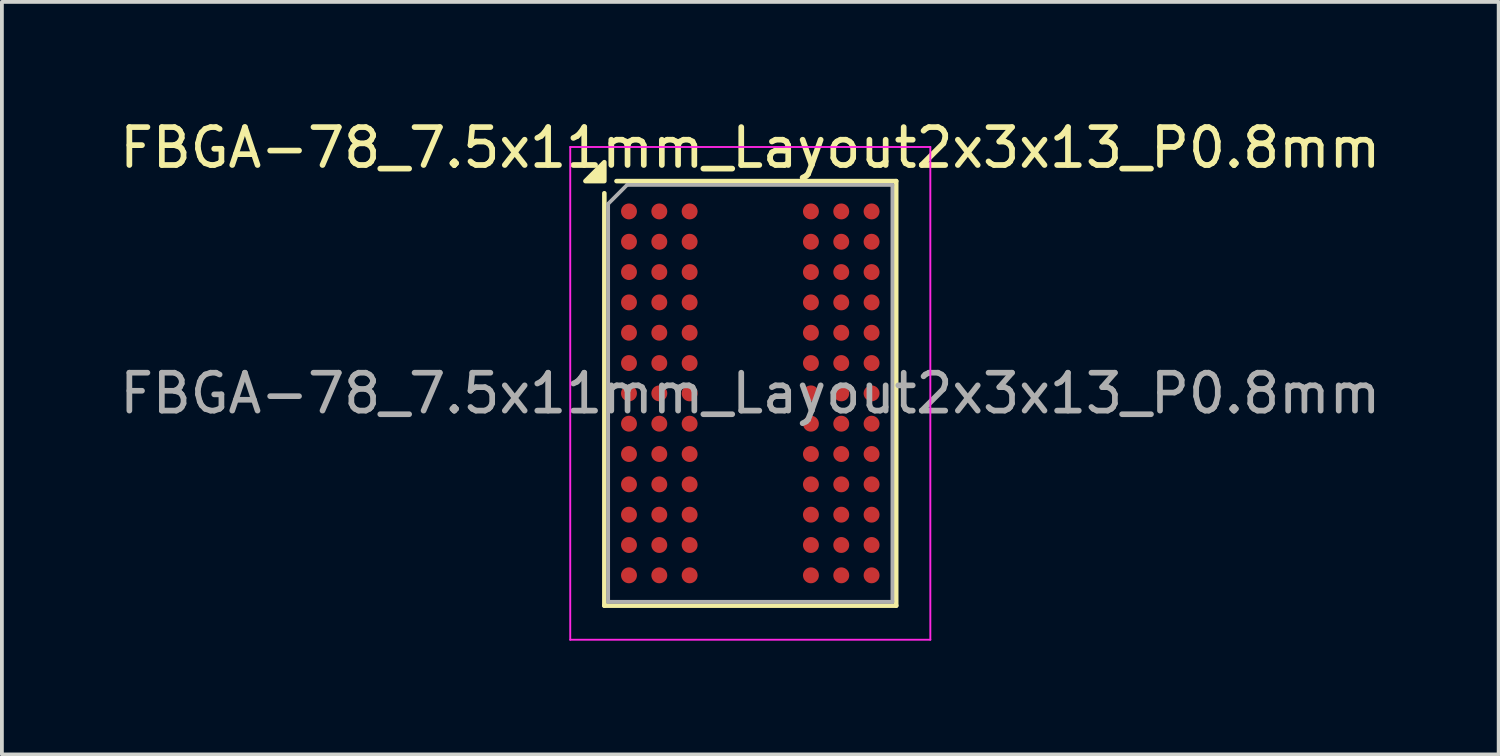
<source format=kicad_pcb>
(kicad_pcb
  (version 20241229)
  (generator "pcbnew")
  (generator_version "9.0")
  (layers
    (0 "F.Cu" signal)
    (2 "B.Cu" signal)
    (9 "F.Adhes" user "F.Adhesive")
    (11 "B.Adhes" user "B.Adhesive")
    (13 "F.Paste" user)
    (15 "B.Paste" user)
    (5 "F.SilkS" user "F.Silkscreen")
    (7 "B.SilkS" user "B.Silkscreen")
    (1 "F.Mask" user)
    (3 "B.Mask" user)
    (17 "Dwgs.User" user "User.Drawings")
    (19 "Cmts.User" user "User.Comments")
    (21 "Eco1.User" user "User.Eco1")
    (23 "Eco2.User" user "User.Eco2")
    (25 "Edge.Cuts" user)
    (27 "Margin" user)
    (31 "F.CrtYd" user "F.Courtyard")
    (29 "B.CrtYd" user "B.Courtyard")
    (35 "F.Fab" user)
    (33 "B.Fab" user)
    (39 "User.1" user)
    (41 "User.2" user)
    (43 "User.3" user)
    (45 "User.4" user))
  (footprint "FBGA-78_7.5x11mm_Layout2x3x13_P0.8mm"
    (layer "F.Cu")
    (at 16.744 7.328)
    (property "Reference" "FBGA-78_7.5x11mm_Layout2x3x13_P0.8mm" (at 0 -6.48 0) (layer "F.SilkS") (effects (font (size 1 1) (thickness 0.15))))
    (attr smd)
    (fp_line (start -3.85 5.6) (end -3.85 -5.28) (stroke (width 0.12) (type solid)) (layer "F.SilkS"))
    (fp_line (start -3.53 -5.6) (end 3.85 -5.6) (stroke (width 0.12) (type solid)) (layer "F.SilkS"))
    (fp_line (start 3.85 -5.6) (end 3.85 5.6) (stroke (width 0.12) (type solid)) (layer "F.SilkS"))
    (fp_line (start 3.85 5.6) (end -3.85 5.6) (stroke (width 0.12) (type solid)) (layer "F.SilkS"))
    (fp_poly (pts (xy -3.85 -5.6) (xy -4.35 -5.6) (xy -3.85 -6.1) (xy -3.85 -5.6)) (stroke (width 0.12) (type solid)) (fill yes) (layer "F.SilkS"))
    (fp_line (start -4.75 -6.5) (end -4.75 6.5) (stroke (width 0.05) (type solid)) (layer "F.CrtYd"))
    (fp_line (start -4.75 -6.5) (end 4.75 -6.5) (stroke (width 0.05) (type solid)) (layer "F.CrtYd"))
    (fp_line (start -4.75 6.5) (end 4.75 6.5) (stroke (width 0.05) (type solid)) (layer "F.CrtYd"))
    (fp_line (start 4.75 6.5) (end 4.75 -6.5) (stroke (width 0.05) (type solid)) (layer "F.CrtYd"))
    (fp_line (start -3.75 -5) (end -3.75 5.5) (stroke (width 0.1) (type solid)) (layer "F.Fab"))
    (fp_line (start -3.75 -5) (end -3.25 -5.5) (stroke (width 0.1) (type solid)) (layer "F.Fab"))
    (fp_line (start -3.75 5.5) (end 3.75 5.5) (stroke (width 0.1) (type solid)) (layer "F.Fab"))
    (fp_line (start 3.75 -5.5) (end -3.25 -5.5) (stroke (width 0.1) (type solid)) (layer "F.Fab"))
    (fp_line (start 3.75 5.5) (end 3.75 -5.5) (stroke (width 0.1) (type solid)) (layer "F.Fab"))
    (fp_text user "${REFERENCE}" (at 0 0 0) (layer "F.Fab") (effects (font (size 1 1) (thickness 0.15))))
    (pad "A1" smd circle (at -3.2 -4.8) (size 0.42 0.42) (property pad_prop_bga) (layers "F.Cu" "F.Mask" "F.Paste"))
    (pad "A2" smd circle (at -2.4 -4.8) (size 0.42 0.42) (property pad_prop_bga) (layers "F.Cu" "F.Mask" "F.Paste"))
    (pad "A3" smd circle (at -1.6 -4.8) (size 0.42 0.42) (property pad_prop_bga) (layers "F.Cu" "F.Mask" "F.Paste"))
    (pad "A7" smd circle (at 1.6 -4.8) (size 0.42 0.42) (property pad_prop_bga) (layers "F.Cu" "F.Mask" "F.Paste"))
    (pad "A8" smd circle (at 2.4 -4.8) (size 0.42 0.42) (property pad_prop_bga) (layers "F.Cu" "F.Mask" "F.Paste"))
    (pad "A9" smd circle (at 3.2 -4.8) (size 0.42 0.42) (property pad_prop_bga) (layers "F.Cu" "F.Mask" "F.Paste"))
    (pad "B1" smd circle (at -3.2 -4) (size 0.42 0.42) (property pad_prop_bga) (layers "F.Cu" "F.Mask" "F.Paste"))
    (pad "B2" smd circle (at -2.4 -4) (size 0.42 0.42) (property pad_prop_bga) (layers "F.Cu" "F.Mask" "F.Paste"))
    (pad "B3" smd circle (at -1.6 -4) (size 0.42 0.42) (property pad_prop_bga) (layers "F.Cu" "F.Mask" "F.Paste"))
    (pad "B7" smd circle (at 1.6 -4) (size 0.42 0.42) (property pad_prop_bga) (layers "F.Cu" "F.Mask" "F.Paste"))
    (pad "B8" smd circle (at 2.4 -4) (size 0.42 0.42) (property pad_prop_bga) (layers "F.Cu" "F.Mask" "F.Paste"))
    (pad "B9" smd circle (at 3.2 -4) (size 0.42 0.42) (property pad_prop_bga) (layers "F.Cu" "F.Mask" "F.Paste"))
    (pad "C1" smd circle (at -3.2 -3.2) (size 0.42 0.42) (property pad_prop_bga) (layers "F.Cu" "F.Mask" "F.Paste"))
    (pad "C2" smd circle (at -2.4 -3.2) (size 0.42 0.42) (property pad_prop_bga) (layers "F.Cu" "F.Mask" "F.Paste"))
    (pad "C3" smd circle (at -1.6 -3.2) (size 0.42 0.42) (property pad_prop_bga) (layers "F.Cu" "F.Mask" "F.Paste"))
    (pad "C7" smd circle (at 1.6 -3.2) (size 0.42 0.42) (property pad_prop_bga) (layers "F.Cu" "F.Mask" "F.Paste"))
    (pad "C8" smd circle (at 2.4 -3.2) (size 0.42 0.42) (property pad_prop_bga) (layers "F.Cu" "F.Mask" "F.Paste"))
    (pad "C9" smd circle (at 3.2 -3.2) (size 0.42 0.42) (property pad_prop_bga) (layers "F.Cu" "F.Mask" "F.Paste"))
    (pad "D1" smd circle (at -3.2 -2.4) (size 0.42 0.42) (property pad_prop_bga) (layers "F.Cu" "F.Mask" "F.Paste"))
    (pad "D2" smd circle (at -2.4 -2.4) (size 0.42 0.42) (property pad_prop_bga) (layers "F.Cu" "F.Mask" "F.Paste"))
    (pad "D3" smd circle (at -1.6 -2.4) (size 0.42 0.42) (property pad_prop_bga) (layers "F.Cu" "F.Mask" "F.Paste"))
    (pad "D7" smd circle (at 1.6 -2.4) (size 0.42 0.42) (property pad_prop_bga) (layers "F.Cu" "F.Mask" "F.Paste"))
    (pad "D8" smd circle (at 2.4 -2.4) (size 0.42 0.42) (property pad_prop_bga) (layers "F.Cu" "F.Mask" "F.Paste"))
    (pad "D9" smd circle (at 3.2 -2.4) (size 0.42 0.42) (property pad_prop_bga) (layers "F.Cu" "F.Mask" "F.Paste"))
    (pad "E1" smd circle (at -3.2 -1.6) (size 0.42 0.42) (property pad_prop_bga) (layers "F.Cu" "F.Mask" "F.Paste"))
    (pad "E2" smd circle (at -2.4 -1.6) (size 0.42 0.42) (property pad_prop_bga) (layers "F.Cu" "F.Mask" "F.Paste"))
    (pad "E3" smd circle (at -1.6 -1.6) (size 0.42 0.42) (property pad_prop_bga) (layers "F.Cu" "F.Mask" "F.Paste"))
    (pad "E7" smd circle (at 1.6 -1.6) (size 0.42 0.42) (property pad_prop_bga) (layers "F.Cu" "F.Mask" "F.Paste"))
    (pad "E8" smd circle (at 2.4 -1.6) (size 0.42 0.42) (property pad_prop_bga) (layers "F.Cu" "F.Mask" "F.Paste"))
    (pad "E9" smd circle (at 3.2 -1.6) (size 0.42 0.42) (property pad_prop_bga) (layers "F.Cu" "F.Mask" "F.Paste"))
    (pad "F1" smd circle (at -3.2 -0.8) (size 0.42 0.42) (property pad_prop_bga) (layers "F.Cu" "F.Mask" "F.Paste"))
    (pad "F2" smd circle (at -2.4 -0.8) (size 0.42 0.42) (property pad_prop_bga) (layers "F.Cu" "F.Mask" "F.Paste"))
    (pad "F3" smd circle (at -1.6 -0.8) (size 0.42 0.42) (property pad_prop_bga) (layers "F.Cu" "F.Mask" "F.Paste"))
    (pad "F7" smd circle (at 1.6 -0.8) (size 0.42 0.42) (property pad_prop_bga) (layers "F.Cu" "F.Mask" "F.Paste"))
    (pad "F8" smd circle (at 2.4 -0.8) (size 0.42 0.42) (property pad_prop_bga) (layers "F.Cu" "F.Mask" "F.Paste"))
    (pad "F9" smd circle (at 3.2 -0.8) (size 0.42 0.42) (property pad_prop_bga) (layers "F.Cu" "F.Mask" "F.Paste"))
    (pad "G1" smd circle (at -3.2 0) (size 0.42 0.42) (property pad_prop_bga) (layers "F.Cu" "F.Mask" "F.Paste"))
    (pad "G2" smd circle (at -2.4 0) (size 0.42 0.42) (property pad_prop_bga) (layers "F.Cu" "F.Mask" "F.Paste"))
    (pad "G3" smd circle (at -1.6 0) (size 0.42 0.42) (property pad_prop_bga) (layers "F.Cu" "F.Mask" "F.Paste"))
    (pad "G7" smd circle (at 1.6 0) (size 0.42 0.42) (property pad_prop_bga) (layers "F.Cu" "F.Mask" "F.Paste"))
    (pad "G8" smd circle (at 2.4 0) (size 0.42 0.42) (property pad_prop_bga) (layers "F.Cu" "F.Mask" "F.Paste"))
    (pad "G9" smd circle (at 3.2 0) (size 0.42 0.42) (property pad_prop_bga) (layers "F.Cu" "F.Mask" "F.Paste"))
    (pad "H1" smd circle (at -3.2 0.8) (size 0.42 0.42) (property pad_prop_bga) (layers "F.Cu" "F.Mask" "F.Paste"))
    (pad "H2" smd circle (at -2.4 0.8) (size 0.42 0.42) (property pad_prop_bga) (layers "F.Cu" "F.Mask" "F.Paste"))
    (pad "H3" smd circle (at -1.6 0.8) (size 0.42 0.42) (property pad_prop_bga) (layers "F.Cu" "F.Mask" "F.Paste"))
    (pad "H7" smd circle (at 1.6 0.8) (size 0.42 0.42) (property pad_prop_bga) (layers "F.Cu" "F.Mask" "F.Paste"))
    (pad "H8" smd circle (at 2.4 0.8) (size 0.42 0.42) (property pad_prop_bga) (layers "F.Cu" "F.Mask" "F.Paste"))
    (pad "H9" smd circle (at 3.2 0.8) (size 0.42 0.42) (property pad_prop_bga) (layers "F.Cu" "F.Mask" "F.Paste"))
    (pad "J1" smd circle (at -3.2 1.6) (size 0.42 0.42) (property pad_prop_bga) (layers "F.Cu" "F.Mask" "F.Paste"))
    (pad "J2" smd circle (at -2.4 1.6) (size 0.42 0.42) (property pad_prop_bga) (layers "F.Cu" "F.Mask" "F.Paste"))
    (pad "J3" smd circle (at -1.6 1.6) (size 0.42 0.42) (property pad_prop_bga) (layers "F.Cu" "F.Mask" "F.Paste"))
    (pad "J7" smd circle (at 1.6 1.6) (size 0.42 0.42) (property pad_prop_bga) (layers "F.Cu" "F.Mask" "F.Paste"))
    (pad "J8" smd circle (at 2.4 1.6) (size 0.42 0.42) (property pad_prop_bga) (layers "F.Cu" "F.Mask" "F.Paste"))
    (pad "J9" smd circle (at 3.2 1.6) (size 0.42 0.42) (property pad_prop_bga) (layers "F.Cu" "F.Mask" "F.Paste"))
    (pad "K1" smd circle (at -3.2 2.4) (size 0.42 0.42) (property pad_prop_bga) (layers "F.Cu" "F.Mask" "F.Paste"))
    (pad "K2" smd circle (at -2.4 2.4) (size 0.42 0.42) (property pad_prop_bga) (layers "F.Cu" "F.Mask" "F.Paste"))
    (pad "K3" smd circle (at -1.6 2.4) (size 0.42 0.42) (property pad_prop_bga) (layers "F.Cu" "F.Mask" "F.Paste"))
    (pad "K7" smd circle (at 1.6 2.4) (size 0.42 0.42) (property pad_prop_bga) (layers "F.Cu" "F.Mask" "F.Paste"))
    (pad "K8" smd circle (at 2.4 2.4) (size 0.42 0.42) (property pad_prop_bga) (layers "F.Cu" "F.Mask" "F.Paste"))
    (pad "K9" smd circle (at 3.2 2.4) (size 0.42 0.42) (property pad_prop_bga) (layers "F.Cu" "F.Mask" "F.Paste"))
    (pad "L1" smd circle (at -3.2 3.2) (size 0.42 0.42) (property pad_prop_bga) (layers "F.Cu" "F.Mask" "F.Paste"))
    (pad "L2" smd circle (at -2.4 3.2) (size 0.42 0.42) (property pad_prop_bga) (layers "F.Cu" "F.Mask" "F.Paste"))
    (pad "L3" smd circle (at -1.6 3.2) (size 0.42 0.42) (property pad_prop_bga) (layers "F.Cu" "F.Mask" "F.Paste"))
    (pad "L7" smd circle (at 1.6 3.2) (size 0.42 0.42) (property pad_prop_bga) (layers "F.Cu" "F.Mask" "F.Paste"))
    (pad "L8" smd circle (at 2.4 3.2) (size 0.42 0.42) (property pad_prop_bga) (layers "F.Cu" "F.Mask" "F.Paste"))
    (pad "L9" smd circle (at 3.2 3.2) (size 0.42 0.42) (property pad_prop_bga) (layers "F.Cu" "F.Mask" "F.Paste"))
    (pad "M1" smd circle (at -3.2 4) (size 0.42 0.42) (property pad_prop_bga) (layers "F.Cu" "F.Mask" "F.Paste"))
    (pad "M2" smd circle (at -2.4 4) (size 0.42 0.42) (property pad_prop_bga) (layers "F.Cu" "F.Mask" "F.Paste"))
    (pad "M3" smd circle (at -1.6 4) (size 0.42 0.42) (property pad_prop_bga) (layers "F.Cu" "F.Mask" "F.Paste"))
    (pad "M7" smd circle (at 1.6 4) (size 0.42 0.42) (property pad_prop_bga) (layers "F.Cu" "F.Mask" "F.Paste"))
    (pad "M8" smd circle (at 2.4 4) (size 0.42 0.42) (property pad_prop_bga) (layers "F.Cu" "F.Mask" "F.Paste"))
    (pad "M9" smd circle (at 3.2 4) (size 0.42 0.42) (property pad_prop_bga) (layers "F.Cu" "F.Mask" "F.Paste"))
    (pad "N1" smd circle (at -3.2 4.8) (size 0.42 0.42) (property pad_prop_bga) (layers "F.Cu" "F.Mask" "F.Paste"))
    (pad "N2" smd circle (at -2.4 4.8) (size 0.42 0.42) (property pad_prop_bga) (layers "F.Cu" "F.Mask" "F.Paste"))
    (pad "N3" smd circle (at -1.6 4.8) (size 0.42 0.42) (property pad_prop_bga) (layers "F.Cu" "F.Mask" "F.Paste"))
    (pad "N7" smd circle (at 1.6 4.8) (size 0.42 0.42) (property pad_prop_bga) (layers "F.Cu" "F.Mask" "F.Paste"))
    (pad "N8" smd circle (at 2.4 4.8) (size 0.42 0.42) (property pad_prop_bga) (layers "F.Cu" "F.Mask" "F.Paste"))
    (pad "N9" smd circle (at 3.2 4.8) (size 0.42 0.42) (property pad_prop_bga) (layers "F.Cu" "F.Mask" "F.Paste")))
  (gr_rect
    (start -3 -3)
    (end 36.488 16.853)
    (stroke (width 0.1) (type default))
    (fill no)
    (layer "Edge.Cuts")))
</source>
